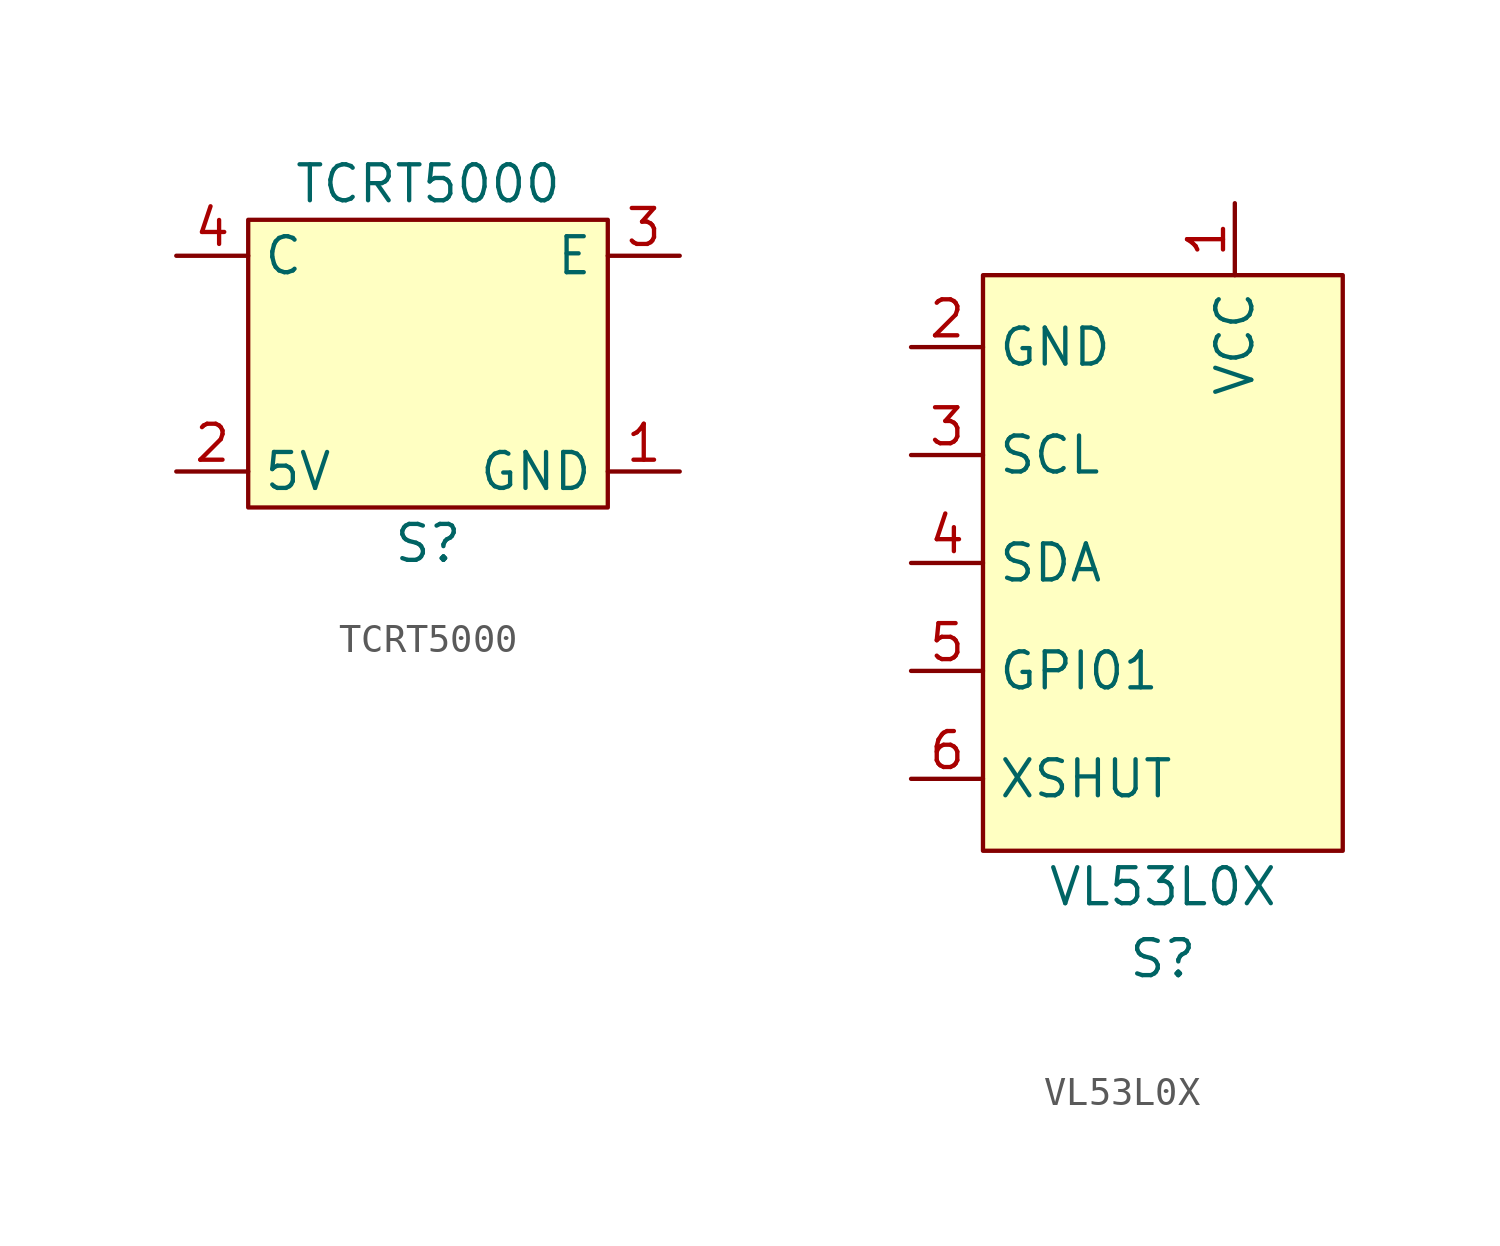
<source format=kicad_sym>
(kicad_symbol_lib
  (version 20211014)
  (generator kicad_symbol_editor)
  (symbol "TCRT5000"
    (property "Reference" "S"
      (at 0 -7.62 0)
      (effects (font (size 1.27 1.27))))
    (property "Value" "TCRT5000"
      (at 0 5.08 0)
      (effects (font (size 1.27 1.27))))
    (symbol "TCRT5000_0_1"
      (rectangle (start 6.35 3.81) (end -6.35 -6.35) (stroke (width 0) (type default) (color 0 0 0 0)) (fill (type background))))
    (symbol "TCRT5000_1_1"
      (pin passive line (at 8.89 -5.08 180) (length 2.54) (name "GND" (effects (font (size 1.27 1.27)))) (number "1" (effects (font (size 1.27 1.27)))))
      (pin power_in line (at -8.89 -5.08 0) (length 2.54) (name "5V" (effects (font (size 1.27 1.27)))) (number "2" (effects (font (size 1.27 1.27)))))
      (pin output line (at 8.89 2.54 180) (length 2.54) (name "E" (effects (font (size 1.27 1.27)))) (number "3" (effects (font (size 1.27 1.27)))))
      (pin input line (at -8.89 2.54 0) (length 2.54) (name "C" (effects (font (size 1.27 1.27)))) (number "4" (effects (font (size 1.27 1.27)))))))
  (symbol "VL53L0X"
    (property "Reference" "S"
      (at 0 -10.16 0)
      (effects (font (size 1.27 1.27))))
    (property "Value" "VL53L0X"
      (at 0 -7.62 0)
      (effects (font (size 1.27 1.27))))
    (symbol "VL53L0X_0_1"
      (rectangle (start -6.35 13.97) (end 6.35 -6.35) (stroke (width 0) (type default) (color 0 0 0 0)) (fill (type background))))
    (symbol "VL53L0X_1_1"
      (pin power_in line (at 2.54 16.51 270) (length 2.54) (name "VCC" (effects (font (size 1.27 1.27)))) (number "1" (effects (font (size 1.27 1.27)))))
      (pin passive line (at -8.89 11.43 0) (length 2.54) (name "GND" (effects (font (size 1.27 1.27)))) (number "2" (effects (font (size 1.27 1.27)))))
      (pin input line (at -8.89 7.62 0) (length 2.54) (name "SCL" (effects (font (size 1.27 1.27)))) (number "3" (effects (font (size 1.27 1.27)))))
      (pin bidirectional line (at -8.89 3.81 0) (length 2.54) (name "SDA" (effects (font (size 1.27 1.27)))) (number "4" (effects (font (size 1.27 1.27)))))
      (pin passive line (at -8.89 0 0) (length 2.54) (name "GPI01" (effects (font (size 1.27 1.27)))) (number "5" (effects (font (size 1.27 1.27)))))
      (pin input line (at -8.89 -3.81 0) (length 2.54) (name "XSHUT" (effects (font (size 1.27 1.27)))) (number "6" (effects (font (size 1.27 1.27))))))))
</source>
